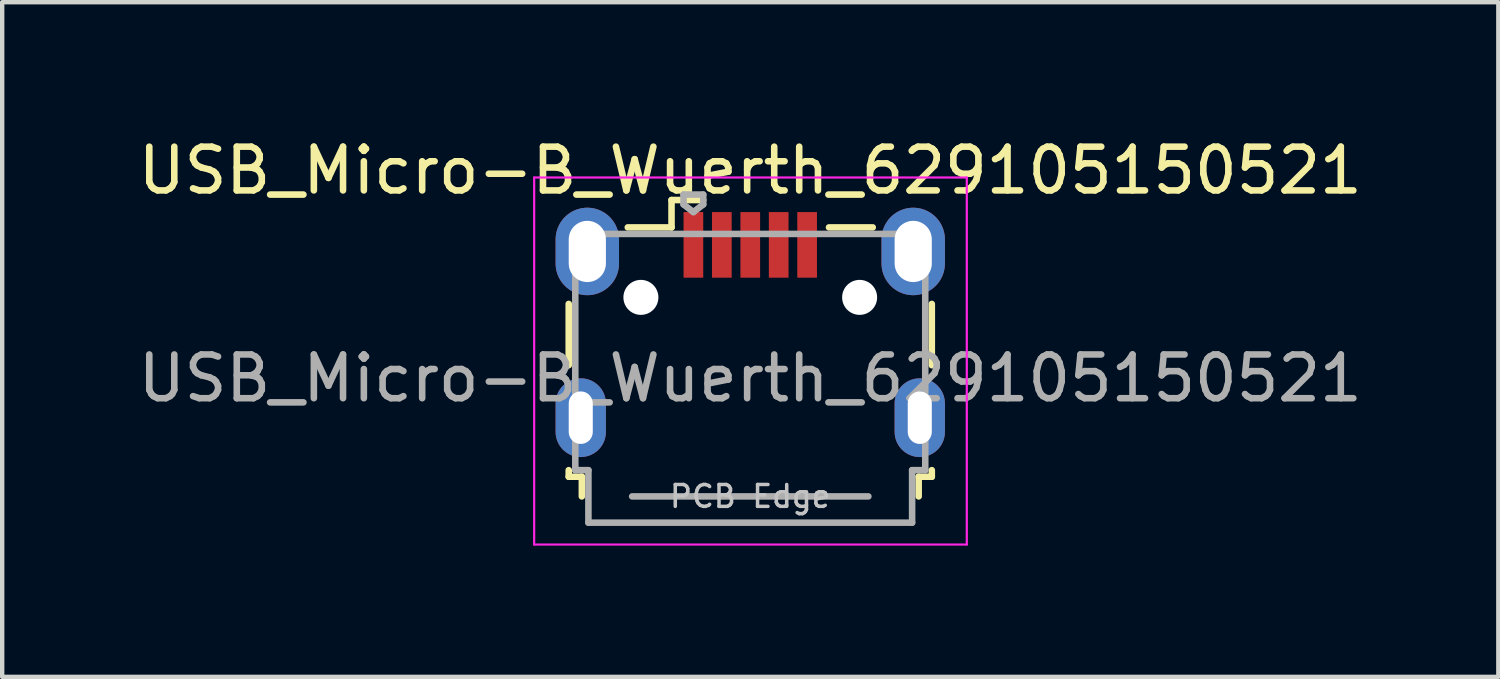
<source format=kicad_pcb>
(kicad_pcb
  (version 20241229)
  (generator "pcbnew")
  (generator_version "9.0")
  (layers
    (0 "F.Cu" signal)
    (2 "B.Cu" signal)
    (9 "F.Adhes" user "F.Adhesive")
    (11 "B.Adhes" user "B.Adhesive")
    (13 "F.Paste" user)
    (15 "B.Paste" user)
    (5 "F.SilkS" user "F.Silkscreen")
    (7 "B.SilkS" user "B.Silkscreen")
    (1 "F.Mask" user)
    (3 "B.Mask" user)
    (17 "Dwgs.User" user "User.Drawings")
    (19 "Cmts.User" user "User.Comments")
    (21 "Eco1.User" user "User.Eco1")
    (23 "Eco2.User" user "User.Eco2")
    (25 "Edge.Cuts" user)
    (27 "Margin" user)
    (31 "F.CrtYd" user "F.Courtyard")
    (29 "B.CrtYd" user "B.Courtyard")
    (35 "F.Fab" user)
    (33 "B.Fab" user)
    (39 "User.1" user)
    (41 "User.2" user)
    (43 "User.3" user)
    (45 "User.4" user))
  (footprint "USB_Micro-B_Wuerth_629105150521"
    (layer "F.Cu")
    (at 14.101 4.548)
    (property "Reference" "USB_Micro-B_Wuerth_629105150521" (at 0 -3.7 180) (layer "F.SilkS") (effects (font (size 1 1) (thickness 0.15))))
    (attr smd)
    (fp_line (start -4.15 -0.65) (end -4.15 0.75) (stroke (width 0.15) (type solid)) (layer "F.SilkS"))
    (fp_line (start -4.15 3.15) (end -4.15 3.3) (stroke (width 0.15) (type solid)) (layer "F.SilkS"))
    (fp_line (start -4.15 3.3) (end -3.85 3.3) (stroke (width 0.15) (type solid)) (layer "F.SilkS"))
    (fp_line (start -3.85 3.3) (end -3.85 3.75) (stroke (width 0.15) (type solid)) (layer "F.SilkS"))
    (fp_line (start -1.8 -3.025) (end -1.8 -2.4) (stroke (width 0.15) (type solid)) (layer "F.SilkS"))
    (fp_line (start -1.8 -2.4) (end -2.8 -2.4) (stroke (width 0.15) (type solid)) (layer "F.SilkS"))
    (fp_line (start -1.075 -3.025) (end -1.8 -3.025) (stroke (width 0.15) (type solid)) (layer "F.SilkS"))
    (fp_line (start 1.8 -2.4) (end 2.8 -2.4) (stroke (width 0.15) (type solid)) (layer "F.SilkS"))
    (fp_line (start 3.85 3.3) (end 4.15 3.3) (stroke (width 0.15) (type solid)) (layer "F.SilkS"))
    (fp_line (start 3.85 3.75) (end 3.85 3.3) (stroke (width 0.15) (type solid)) (layer "F.SilkS"))
    (fp_line (start 4.15 0.75) (end 4.15 -0.65) (stroke (width 0.15) (type solid)) (layer "F.SilkS"))
    (fp_line (start 4.15 3.3) (end 4.15 3.15) (stroke (width 0.15) (type solid)) (layer "F.SilkS"))
    (fp_line (start -4.94 -3.54) (end -4.94 4.85) (stroke (width 0.05) (type solid)) (layer "F.CrtYd"))
    (fp_line (start -4.94 4.85) (end 4.95 4.85) (stroke (width 0.05) (type solid)) (layer "F.CrtYd"))
    (fp_line (start 4.95 -3.54) (end -4.94 -3.54) (stroke (width 0.05) (type solid)) (layer "F.CrtYd"))
    (fp_line (start 4.95 4.85) (end 4.95 -3.54) (stroke (width 0.05) (type solid)) (layer "F.CrtYd"))
    (fp_line (start -4 -2.25) (end -4 3.15) (stroke (width 0.15) (type solid)) (layer "F.Fab"))
    (fp_line (start -4 3.15) (end -3.7 3.15) (stroke (width 0.15) (type solid)) (layer "F.Fab"))
    (fp_line (start -3.7 3.15) (end -3.7 4.35) (stroke (width 0.15) (type solid)) (layer "F.Fab"))
    (fp_line (start -3.7 4.35) (end 3.7 4.35) (stroke (width 0.15) (type solid)) (layer "F.Fab"))
    (fp_line (start -2.7 3.75) (end 2.7 3.75) (stroke (width 0.15) (type solid)) (layer "F.Fab"))
    (fp_line (start -1.525 -3.15) (end -1.075 -3.15) (stroke (width 0.15) (type solid)) (layer "F.Fab"))
    (fp_line (start -1.525 -2.925) (end -1.525 -3.15) (stroke (width 0.15) (type solid)) (layer "F.Fab"))
    (fp_line (start -1.3 -2.75) (end -1.525 -2.925) (stroke (width 0.15) (type solid)) (layer "F.Fab"))
    (fp_line (start -1.075 -3.15) (end -1.075 -2.925) (stroke (width 0.15) (type solid)) (layer "F.Fab"))
    (fp_line (start -1.075 -2.925) (end -1.3 -2.75) (stroke (width 0.15) (type solid)) (layer "F.Fab"))
    (fp_line (start 3.7 3.15) (end 4 3.15) (stroke (width 0.15) (type solid)) (layer "F.Fab"))
    (fp_line (start 3.7 4.35) (end 3.7 3.15) (stroke (width 0.15) (type solid)) (layer "F.Fab"))
    (fp_line (start 4 -2.25) (end -4 -2.25) (stroke (width 0.15) (type solid)) (layer "F.Fab"))
    (fp_line (start 4 3.15) (end 4 -2.25) (stroke (width 0.15) (type solid)) (layer "F.Fab"))
    (fp_text user "PCB Edge" (at 0 3.75 180) (layer "Dwgs.User") (effects (font (size 0.5 0.5) (thickness 0.08))))
    (fp_text user "${REFERENCE}" (at 0 1.05 180) (layer "F.Fab") (effects (font (size 1 1) (thickness 0.15))))
    (pad "" np_thru_hole oval (at -2.5 -0.8) (size 0.8 0.8) (drill 0.8) (layers "*.Cu" "*.Mask"))
    (pad "" np_thru_hole oval (at 2.5 -0.8) (size 0.8 0.8) (drill 0.8) (layers "*.Cu" "*.Mask"))
    (pad "1" smd rect (at -1.3 -2) (size 0.45 1.5) (layers "F.Cu" "F.Mask" "F.Paste"))
    (pad "2" smd rect (at -0.65 -2) (size 0.45 1.5) (layers "F.Cu" "F.Mask" "F.Paste"))
    (pad "3" smd rect (at 0 -2) (size 0.45 1.5) (layers "F.Cu" "F.Mask" "F.Paste"))
    (pad "4" smd rect (at 0.65 -2) (size 0.45 1.5) (layers "F.Cu" "F.Mask" "F.Paste"))
    (pad "5" smd rect (at 1.3 -2) (size 0.45 1.5) (layers "F.Cu" "F.Mask" "F.Paste"))
    (pad "6" thru_hole oval (at -3.875 1.95) (size 1.15 1.8) (drill oval 0.55 1.2) (layers "*.Cu" "*.Mask"))
    (pad "6" thru_hole oval (at -3.725 -1.85) (size 1.45 2) (drill oval 0.85 1.4) (layers "*.Cu" "*.Mask"))
    (pad "6" thru_hole oval (at 3.725 -1.85) (size 1.45 2) (drill oval 0.85 1.4) (layers "*.Cu" "*.Mask"))
    (pad "6" thru_hole oval (at 3.875 1.95) (size 1.15 1.8) (drill oval 0.55 1.2) (layers "*.Cu" "*.Mask")))
  (gr_rect
    (start -3 -3)
    (end 31.202 12.423)
    (stroke (width 0.1) (type default))
    (fill no)
    (layer "Edge.Cuts")))
</source>
